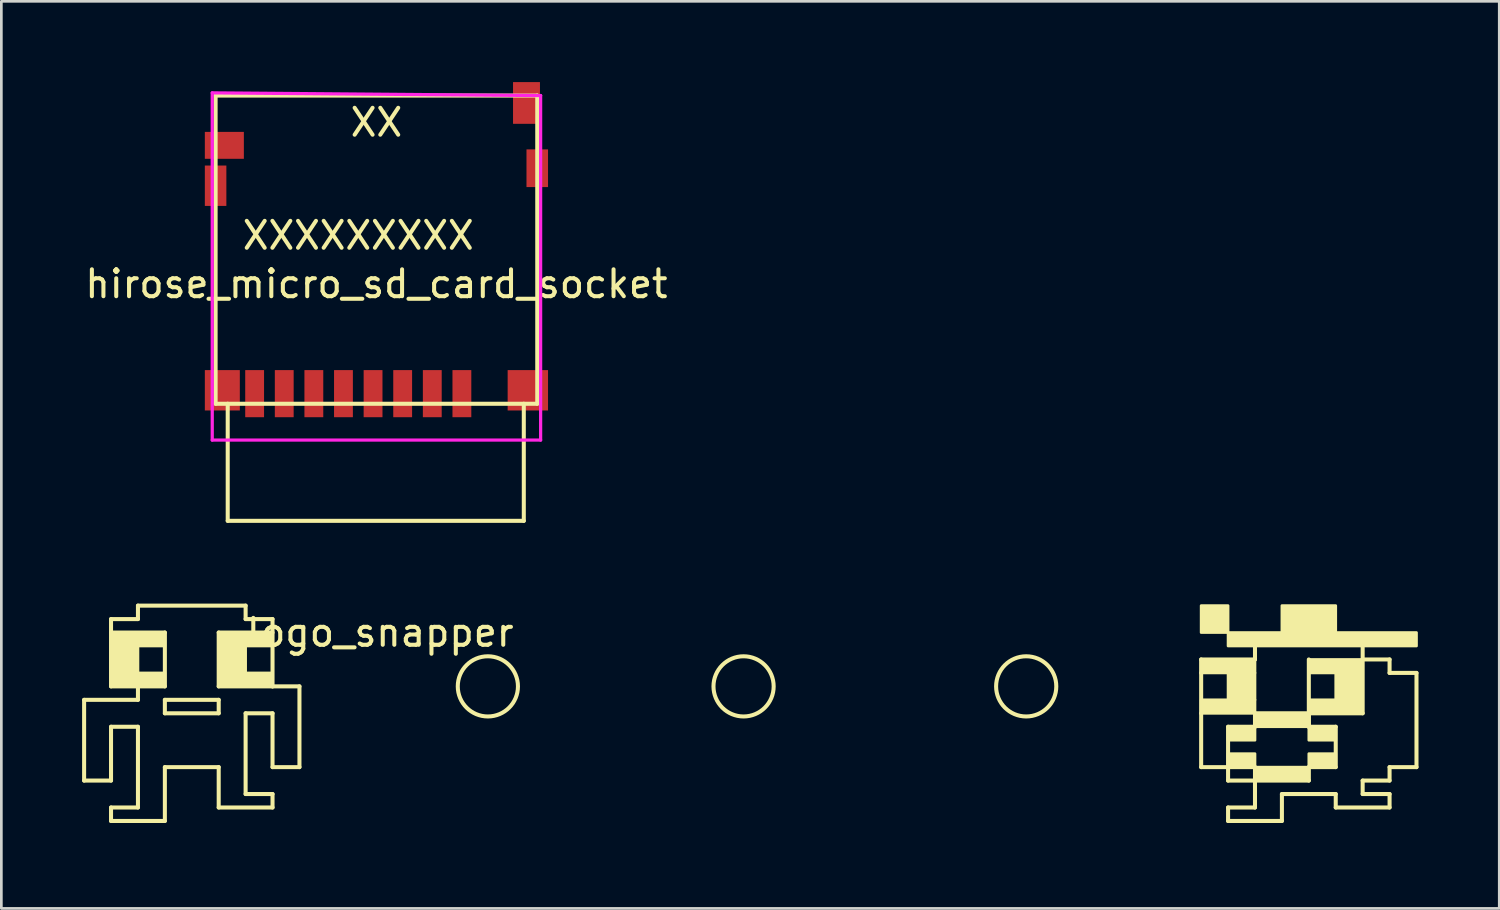
<source format=kicad_pcb>
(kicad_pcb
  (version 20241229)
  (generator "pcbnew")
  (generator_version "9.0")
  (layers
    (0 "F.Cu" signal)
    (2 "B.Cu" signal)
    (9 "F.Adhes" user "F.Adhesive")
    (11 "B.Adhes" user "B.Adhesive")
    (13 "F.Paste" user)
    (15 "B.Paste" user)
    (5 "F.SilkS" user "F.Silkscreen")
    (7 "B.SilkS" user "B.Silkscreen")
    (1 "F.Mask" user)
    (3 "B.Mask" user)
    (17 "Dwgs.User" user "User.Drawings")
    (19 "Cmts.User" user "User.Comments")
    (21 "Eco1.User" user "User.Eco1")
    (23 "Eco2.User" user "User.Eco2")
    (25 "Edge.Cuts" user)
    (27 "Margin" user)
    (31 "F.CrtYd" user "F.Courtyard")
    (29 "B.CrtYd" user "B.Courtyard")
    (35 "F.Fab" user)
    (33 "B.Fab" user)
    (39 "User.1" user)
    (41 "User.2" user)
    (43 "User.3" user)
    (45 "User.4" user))
  (footprint "logo_snapper"
    (layer "F.Cu")
    (at 20.075 27.45)
    (property "Reference" "logo_snapper" (at -9 -7 0) (layer "F.SilkS") (effects (font (size 1 1) (thickness 0.15))))
    (attr through_hole)
    (fp_line (start -20 -4.5) (end -20 -1.5) (stroke (width 0.15) (type solid)) (layer "F.SilkS"))
    (fp_line (start -20 -1.5) (end -19 -1.5) (stroke (width 0.15) (type solid)) (layer "F.SilkS"))
    (fp_line (start -19 -7.5) (end -19 -5) (stroke (width 0.15) (type solid)) (layer "F.SilkS"))
    (fp_line (start -19 -7) (end -17 -7) (stroke (width 0.15) (type solid)) (layer "F.SilkS"))
    (fp_line (start -19 -5) (end -18 -5) (stroke (width 0.15) (type solid)) (layer "F.SilkS"))
    (fp_line (start -19 -3.5) (end -18 -3.5) (stroke (width 0.15) (type solid)) (layer "F.SilkS"))
    (fp_line (start -19 -1.5) (end -19 -3.5) (stroke (width 0.15) (type solid)) (layer "F.SilkS"))
    (fp_line (start -19 -0.5) (end -18 -0.5) (stroke (width 0.15) (type solid)) (layer "F.SilkS"))
    (fp_line (start -19 0) (end -19 -0.5) (stroke (width 0.15) (type solid)) (layer "F.SilkS"))
    (fp_line (start -19 0) (end -17 0) (stroke (width 0.15) (type solid)) (layer "F.SilkS"))
    (fp_line (start -18 -8) (end -18 -7.5) (stroke (width 0.15) (type solid)) (layer "F.SilkS"))
    (fp_line (start -18 -7.5) (end -19 -7.5) (stroke (width 0.15) (type solid)) (layer "F.SilkS"))
    (fp_line (start -18 -5) (end -18 -4.5) (stroke (width 0.15) (type solid)) (layer "F.SilkS"))
    (fp_line (start -18 -4.5) (end -20 -4.5) (stroke (width 0.15) (type solid)) (layer "F.SilkS"))
    (fp_line (start -18 -3.5) (end -18 -0.5) (stroke (width 0.15) (type solid)) (layer "F.SilkS"))
    (fp_line (start -17 -7) (end -17 -5) (stroke (width 0.15) (type solid)) (layer "F.SilkS"))
    (fp_line (start -17 -5) (end -18 -5) (stroke (width 0.15) (type solid)) (layer "F.SilkS"))
    (fp_line (start -17 -4.5) (end -15 -4.5) (stroke (width 0.15) (type solid)) (layer "F.SilkS"))
    (fp_line (start -17 -4) (end -17 -4.5) (stroke (width 0.15) (type solid)) (layer "F.SilkS"))
    (fp_line (start -17 -2) (end -15 -2) (stroke (width 0.15) (type solid)) (layer "F.SilkS"))
    (fp_line (start -17 0) (end -17 -2) (stroke (width 0.15) (type solid)) (layer "F.SilkS"))
    (fp_line (start -15 -7) (end -15 -5) (stroke (width 0.15) (type solid)) (layer "F.SilkS"))
    (fp_line (start -15 -5) (end -13 -5) (stroke (width 0.15) (type solid)) (layer "F.SilkS"))
    (fp_line (start -15 -4.5) (end -15 -4) (stroke (width 0.15) (type solid)) (layer "F.SilkS"))
    (fp_line (start -15 -4) (end -17 -4) (stroke (width 0.15) (type solid)) (layer "F.SilkS"))
    (fp_line (start -15 -2) (end -15 -0.5) (stroke (width 0.15) (type solid)) (layer "F.SilkS"))
    (fp_line (start -15 -0.5) (end -13 -0.5) (stroke (width 0.15) (type solid)) (layer "F.SilkS"))
    (fp_line (start -14 -8) (end -18 -8) (stroke (width 0.15) (type solid)) (layer "F.SilkS"))
    (fp_line (start -14 -7.5) (end -14 -8) (stroke (width 0.15) (type solid)) (layer "F.SilkS"))
    (fp_line (start -14 -4) (end -13 -4) (stroke (width 0.15) (type solid)) (layer "F.SilkS"))
    (fp_line (start -14 -1) (end -14 -4) (stroke (width 0.15) (type solid)) (layer "F.SilkS"))
    (fp_line (start -13 -7.5) (end -14 -7.5) (stroke (width 0.15) (type solid)) (layer "F.SilkS"))
    (fp_line (start -13 -7) (end -15 -7) (stroke (width 0.15) (type solid)) (layer "F.SilkS"))
    (fp_line (start -13 -5) (end -13 -7.5) (stroke (width 0.15) (type solid)) (layer "F.SilkS"))
    (fp_line (start -13 -4) (end -13 -2) (stroke (width 0.15) (type solid)) (layer "F.SilkS"))
    (fp_line (start -13 -2) (end -12 -2) (stroke (width 0.15) (type solid)) (layer "F.SilkS"))
    (fp_line (start -13 -1) (end -14 -1) (stroke (width 0.15) (type solid)) (layer "F.SilkS"))
    (fp_line (start -13 -0.5) (end -13 -1) (stroke (width 0.15) (type solid)) (layer "F.SilkS"))
    (fp_line (start -12 -5) (end -13 -5) (stroke (width 0.15) (type solid)) (layer "F.SilkS"))
    (fp_line (start -12 -2) (end -12 -5) (stroke (width 0.15) (type solid)) (layer "F.SilkS"))
    (fp_line (start 21.5 -6) (end 23.5 -6) (stroke (width 0.15) (type solid)) (layer "F.SilkS"))
    (fp_line (start 21.5 -5.5) (end 21.5 -6) (stroke (width 0.15) (type solid)) (layer "F.SilkS"))
    (fp_line (start 21.5 -5.5) (end 21.5 -4) (stroke (width 0.15) (type solid)) (layer "F.SilkS"))
    (fp_line (start 21.5 -4) (end 21.5 -2) (stroke (width 0.15) (type solid)) (layer "F.SilkS"))
    (fp_line (start 21.5 -2) (end 22.5 -2) (stroke (width 0.15) (type solid)) (layer "F.SilkS"))
    (fp_line (start 22.5 -3.5) (end 23.5 -3.5) (stroke (width 0.15) (type solid)) (layer "F.SilkS"))
    (fp_line (start 22.5 -2) (end 22.5 -3.5) (stroke (width 0.15) (type solid)) (layer "F.SilkS"))
    (fp_line (start 22.5 -2) (end 22.5 -1.5) (stroke (width 0.15) (type solid)) (layer "F.SilkS"))
    (fp_line (start 22.5 -1.5) (end 23.5 -1.5) (stroke (width 0.15) (type solid)) (layer "F.SilkS"))
    (fp_line (start 22.5 -0.5) (end 22.5 0) (stroke (width 0.15) (type solid)) (layer "F.SilkS"))
    (fp_line (start 23.5 -6) (end 23.5 -6.5) (stroke (width 0.15) (type solid)) (layer "F.SilkS"))
    (fp_line (start 23.5 -4) (end 25.5 -4) (stroke (width 0.15) (type solid)) (layer "F.SilkS"))
    (fp_line (start 23.5 -3.5) (end 23.5 -4) (stroke (width 0.15) (type solid)) (layer "F.SilkS"))
    (fp_line (start 23.5 -2) (end 22.5 -2) (stroke (width 0.15) (type solid)) (layer "F.SilkS"))
    (fp_line (start 23.5 -1.5) (end 23.5 -2) (stroke (width 0.15) (type solid)) (layer "F.SilkS"))
    (fp_line (start 23.5 -1.5) (end 23.5 -0.5) (stroke (width 0.15) (type solid)) (layer "F.SilkS"))
    (fp_line (start 23.5 -0.5) (end 22.5 -0.5) (stroke (width 0.15) (type solid)) (layer "F.SilkS"))
    (fp_line (start 24.5 -1) (end 26.5 -1) (stroke (width 0.15) (type solid)) (layer "F.SilkS"))
    (fp_line (start 24.5 0) (end 22.5 0) (stroke (width 0.15) (type solid)) (layer "F.SilkS"))
    (fp_line (start 24.5 0) (end 24.5 -1) (stroke (width 0.15) (type solid)) (layer "F.SilkS"))
    (fp_line (start 25.5 -6) (end 25.5 -4) (stroke (width 0.15) (type solid)) (layer "F.SilkS"))
    (fp_line (start 25.5 -4) (end 25.5 -3.5) (stroke (width 0.15) (type solid)) (layer "F.SilkS"))
    (fp_line (start 25.5 -4) (end 27.5 -4) (stroke (width 0.15) (type solid)) (layer "F.SilkS"))
    (fp_line (start 25.5 -3.5) (end 25.5 -4) (stroke (width 0.15) (type solid)) (layer "F.SilkS"))
    (fp_line (start 25.5 -3.5) (end 26.5 -3.5) (stroke (width 0.15) (type solid)) (layer "F.SilkS"))
    (fp_line (start 25.5 -2) (end 25.5 -1.5) (stroke (width 0.15) (type solid)) (layer "F.SilkS"))
    (fp_line (start 25.5 -1.5) (end 23.5 -1.5) (stroke (width 0.15) (type solid)) (layer "F.SilkS"))
    (fp_line (start 26.5 -3.5) (end 26.5 -2) (stroke (width 0.15) (type solid)) (layer "F.SilkS"))
    (fp_line (start 26.5 -2) (end 25.5 -2) (stroke (width 0.15) (type solid)) (layer "F.SilkS"))
    (fp_line (start 26.5 -1) (end 26.5 -0.5) (stroke (width 0.15) (type solid)) (layer "F.SilkS"))
    (fp_line (start 26.5 -0.5) (end 28.5 -0.5) (stroke (width 0.15) (type solid)) (layer "F.SilkS"))
    (fp_line (start 27.5 -6) (end 27.5 -6.5) (stroke (width 0.15) (type solid)) (layer "F.SilkS"))
    (fp_line (start 27.5 -4) (end 27.5 -6) (stroke (width 0.15) (type solid)) (layer "F.SilkS"))
    (fp_line (start 27.5 -1.5) (end 28.5 -1.5) (stroke (width 0.15) (type solid)) (layer "F.SilkS"))
    (fp_line (start 27.5 -1) (end 27.5 -1.5) (stroke (width 0.15) (type solid)) (layer "F.SilkS"))
    (fp_line (start 28.5 -6) (end 27.5 -6) (stroke (width 0.15) (type solid)) (layer "F.SilkS"))
    (fp_line (start 28.5 -5.5) (end 28.5 -6) (stroke (width 0.15) (type solid)) (layer "F.SilkS"))
    (fp_line (start 28.5 -2) (end 29.5 -2) (stroke (width 0.15) (type solid)) (layer "F.SilkS"))
    (fp_line (start 28.5 -1.5) (end 28.5 -2) (stroke (width 0.15) (type solid)) (layer "F.SilkS"))
    (fp_line (start 28.5 -1) (end 27.5 -1) (stroke (width 0.15) (type solid)) (layer "F.SilkS"))
    (fp_line (start 28.5 -0.5) (end 28.5 -1) (stroke (width 0.15) (type solid)) (layer "F.SilkS"))
    (fp_line (start 29.5 -5.5) (end 28.5 -5.5) (stroke (width 0.15) (type solid)) (layer "F.SilkS"))
    (fp_line (start 29.5 -2) (end 29.5 -5.5) (stroke (width 0.15) (type solid)) (layer "F.SilkS"))
    (fp_circle (center -5 -5) (end -4 -4.5) (stroke (width 0.15) (type solid)) (fill no) (layer "F.SilkS"))
    (fp_circle (center 4.5 -5) (end 5.5 -4.5) (stroke (width 0.15) (type solid)) (fill no) (layer "F.SilkS"))
    (fp_circle (center 15 -5) (end 16 -4.5) (stroke (width 0.15) (type solid)) (fill no) (layer "F.SilkS"))
    (fp_poly (pts (xy -19 -7) (xy -17 -7) (xy -17 -6.5) (xy -19 -6.5)) (stroke (width 0.1) (type solid)) (fill yes) (layer "F.SilkS"))
    (fp_poly (pts (xy -19 -5.5) (xy -17 -5.5) (xy -17 -5) (xy -19 -5)) (stroke (width 0.1) (type solid)) (fill yes) (layer "F.SilkS"))
    (fp_poly (pts (xy -18 -6.5) (xy -18 -5.5) (xy -19 -5.5) (xy -19 -6.5)) (stroke (width 0.1) (type solid)) (fill yes) (layer "F.SilkS"))
    (fp_poly (pts (xy -15 -7) (xy -13 -7) (xy -13 -6.5) (xy -15 -6.5)) (stroke (width 0.1) (type solid)) (fill yes) (layer "F.SilkS"))
    (fp_poly (pts (xy -15 -6.5) (xy -15 -5.5) (xy -14 -5.5) (xy -14 -6.5)) (stroke (width 0.1) (type solid)) (fill yes) (layer "F.SilkS"))
    (fp_poly (pts (xy -15 -5.5) (xy -13 -5.5) (xy -13 -5) (xy -15 -5)) (stroke (width 0.1) (type solid)) (fill yes) (layer "F.SilkS"))
    (fp_poly (pts (xy 21.5 -8) (xy 22.5 -8) (xy 22.5 -7) (xy 21.5 -7)) (stroke (width 0.1) (type solid)) (fill yes) (layer "F.SilkS"))
    (fp_poly (pts (xy 21.5 -6) (xy 21.5 -5.5) (xy 23.5 -5.5) (xy 23.5 -6)) (stroke (width 0.1) (type solid)) (fill yes) (layer "F.SilkS"))
    (fp_poly (pts (xy 21.5 -4.5) (xy 21.5 -4) (xy 23.5 -4) (xy 23.5 -4.5)) (stroke (width 0.1) (type solid)) (fill yes) (layer "F.SilkS"))
    (fp_poly (pts (xy 22.5 -7) (xy 29.5 -7) (xy 29.5 -6.5) (xy 22.5 -6.5)) (stroke (width 0.1) (type solid)) (fill yes) (layer "F.SilkS"))
    (fp_poly (pts (xy 22.5 -5.5) (xy 22.5 -4.5) (xy 23.5 -4.5) (xy 23.5 -5.5)) (stroke (width 0.1) (type solid)) (fill yes) (layer "F.SilkS"))
    (fp_poly (pts (xy 22.5 -3.5) (xy 22.5 -3) (xy 23.5 -3) (xy 23.5 -3.5)) (stroke (width 0.1) (type solid)) (fill yes) (layer "F.SilkS"))
    (fp_poly (pts (xy 23.5 -4) (xy 23.5 -3.5) (xy 25.5 -3.5) (xy 25.5 -4)) (stroke (width 0.1) (type solid)) (fill yes) (layer "F.SilkS"))
    (fp_poly (pts (xy 23.5 -2) (xy 23.5 -2.5) (xy 22.5 -2.5) (xy 22.5 -2)) (stroke (width 0.1) (type solid)) (fill yes) (layer "F.SilkS"))
    (fp_poly (pts (xy 23.5 -2) (xy 25.5 -2) (xy 25.5 -1.5) (xy 23.5 -1.5)) (stroke (width 0.1) (type solid)) (fill yes) (layer "F.SilkS"))
    (fp_poly (pts (xy 24.5 -8) (xy 26.5 -8) (xy 26.5 -7) (xy 24.5 -7)) (stroke (width 0.1) (type solid)) (fill yes) (layer "F.SilkS"))
    (fp_poly (pts (xy 25.5 -6) (xy 25.5 -5.5) (xy 27.5 -5.5) (xy 27.5 -6)) (stroke (width 0.1) (type solid)) (fill yes) (layer "F.SilkS"))
    (fp_poly (pts (xy 25.5 -4.5) (xy 25.5 -4) (xy 27.5 -4) (xy 27.5 -4.5)) (stroke (width 0.1) (type solid)) (fill yes) (layer "F.SilkS"))
    (fp_poly (pts (xy 25.5 -3.5) (xy 25.5 -3) (xy 26.5 -3) (xy 26.5 -3.5)) (stroke (width 0.1) (type solid)) (fill yes) (layer "F.SilkS"))
    (fp_poly (pts (xy 25.5 -2.5) (xy 25.5 -2) (xy 26.5 -2) (xy 26.5 -2.5)) (stroke (width 0.1) (type solid)) (fill yes) (layer "F.SilkS"))
    (fp_poly (pts (xy 26.5 -5.5) (xy 26.5 -4.5) (xy 27.5 -4.5) (xy 27.5 -5.5)) (stroke (width 0.1) (type solid)) (fill yes) (layer "F.SilkS")))
  (footprint "hirose_micro_sd_card_socket"
    (layer "F.Cu")
    (at 10.935 0.5)
    (property "Reference" "hirose_micro_sd_card_socket" (at 0 7 0) (layer "F.SilkS") (effects (font (size 1 1) (thickness 0.15))))
    (attr through_hole)
    (fp_line (start -5.975 0) (end -5.975 11.45) (stroke (width 0.15) (type solid)) (layer "F.SilkS"))
    (fp_line (start -5.975 0) (end 5.975 0) (stroke (width 0.15) (type solid)) (layer "F.SilkS"))
    (fp_line (start -5.975 11.45) (end 5.975 11.45) (stroke (width 0.15) (type solid)) (layer "F.SilkS"))
    (fp_line (start -5.525 11.45) (end -5.525 15.8) (stroke (width 0.15) (type solid)) (layer "F.SilkS"))
    (fp_line (start -5.525 15.8) (end 5.475 15.8) (stroke (width 0.15) (type solid)) (layer "F.SilkS"))
    (fp_line (start 5.475 15.8) (end 5.475 11.45) (stroke (width 0.15) (type solid)) (layer "F.SilkS"))
    (fp_line (start 5.975 0) (end 5.975 11.45) (stroke (width 0.15) (type solid)) (layer "F.SilkS"))
    (fp_line (start -6.1 -0.1) (end 6.1 0) (stroke (width 0.12) (type solid)) (layer "F.CrtYd"))
    (fp_line (start -6.1 12.8) (end -6.1 -0.1) (stroke (width 0.12) (type solid)) (layer "F.CrtYd"))
    (fp_line (start 6.1 0) (end 6.1 12.8) (stroke (width 0.12) (type solid)) (layer "F.CrtYd"))
    (fp_line (start 6.1 12.8) (end -6.1 12.8) (stroke (width 0.12) (type solid)) (layer "F.CrtYd"))
    (fp_text user "XX" (at 0 1 0) (layer "F.SilkS") (effects (font (size 1 1) (thickness 0.15))))
    (fp_text user "XXXXXXXXX" (at -0.675 5.2 0) (layer "F.SilkS") (effects (font (size 1 1) (thickness 0.15))))
    (pad "1" smd rect (at 3.175 11.075) (size 0.7 1.75) (layers "F.Cu" "F.Mask" "F.Paste"))
    (pad "2" smd rect (at 2.075 11.075) (size 0.7 1.75) (layers "F.Cu" "F.Mask" "F.Paste"))
    (pad "3" smd rect (at 0.975 11.075) (size 0.7 1.75) (layers "F.Cu" "F.Mask" "F.Paste"))
    (pad "4" smd rect (at -0.125 11.075) (size 0.7 1.75) (layers "F.Cu" "F.Mask" "F.Paste"))
    (pad "5" smd rect (at -1.225 11.075) (size 0.7 1.75) (layers "F.Cu" "F.Mask" "F.Paste"))
    (pad "6" smd rect (at -2.325 11.075) (size 0.7 1.75) (layers "F.Cu" "F.Mask" "F.Paste"))
    (pad "7" smd rect (at -3.425 11.075) (size 0.7 1.75) (layers "F.Cu" "F.Mask" "F.Paste"))
    (pad "8" smd rect (at -4.525 11.075) (size 0.7 1.75) (layers "F.Cu" "F.Mask" "F.Paste"))
    (pad "9" smd rect (at -5.65 1.85) (size 1.45 1) (layers "F.Cu" "F.Mask" "F.Paste"))
    (pad "10" smd rect (at 5.575 0.275) (size 1 1.55) (layers "F.Cu" "F.Mask" "F.Paste"))
    (pad "11" smd rect (at -5.975 3.35) (size 0.8 1.5) (layers "F.Cu" "F.Mask" "F.Paste"))
    (pad "11" smd rect (at -5.725 10.95) (size 1.3 1.5) (layers "F.Cu" "F.Mask" "F.Paste"))
    (pad "11" smd rect (at 5.625 10.95) (size 1.5 1.5) (layers "F.Cu" "F.Mask" "F.Paste"))
    (pad "11" smd rect (at 5.975 2.7) (size 0.8 1.4) (layers "F.Cu" "F.Mask" "F.Paste")))
  (gr_rect
    (start -3 -3)
    (end 52.65 30.7)
    (stroke (width 0.1) (type default))
    (fill no)
    (layer "Edge.Cuts")))
</source>
